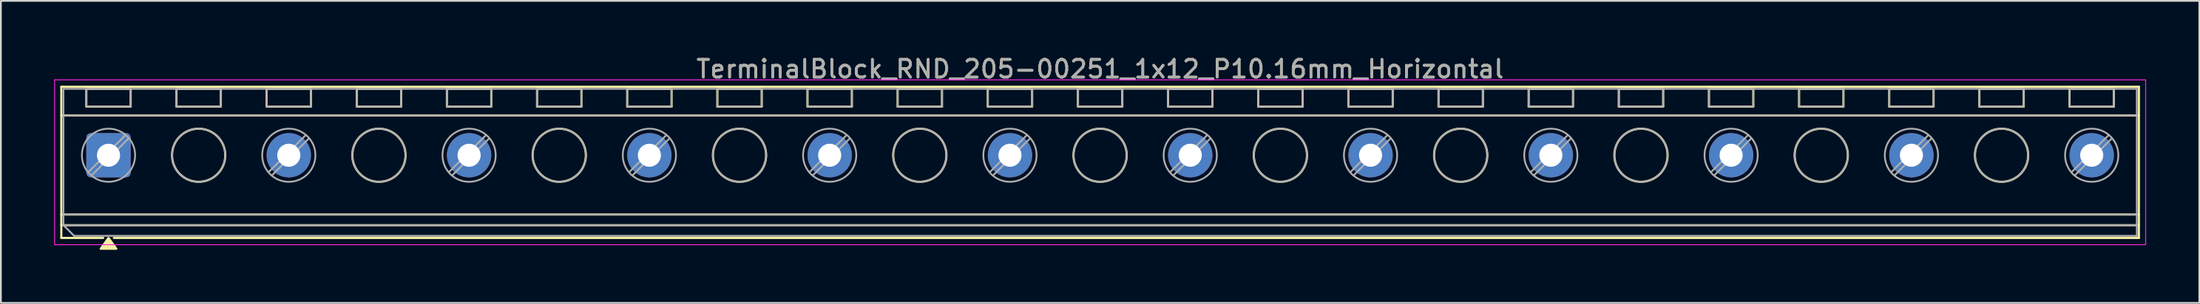
<source format=kicad_pcb>
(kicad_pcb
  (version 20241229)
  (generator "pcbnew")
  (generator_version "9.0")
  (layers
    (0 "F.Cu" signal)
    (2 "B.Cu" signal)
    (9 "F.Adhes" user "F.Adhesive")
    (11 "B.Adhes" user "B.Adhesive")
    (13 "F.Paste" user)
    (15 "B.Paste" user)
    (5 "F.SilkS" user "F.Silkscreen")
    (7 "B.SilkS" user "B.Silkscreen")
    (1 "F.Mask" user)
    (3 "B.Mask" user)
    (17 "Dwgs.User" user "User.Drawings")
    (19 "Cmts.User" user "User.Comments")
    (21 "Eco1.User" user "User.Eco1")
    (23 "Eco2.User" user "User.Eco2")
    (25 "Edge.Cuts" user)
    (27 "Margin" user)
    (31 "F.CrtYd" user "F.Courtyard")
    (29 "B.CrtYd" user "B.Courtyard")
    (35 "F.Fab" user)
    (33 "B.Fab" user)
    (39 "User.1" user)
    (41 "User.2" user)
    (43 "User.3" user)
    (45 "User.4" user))
  (footprint "TerminalBlock_RND_205-00251_1x12_P10.16mm_Horizontal"
    (layer "F.Cu")
    (at 3.065 5.718)
    (property "Reference" "TerminalBlock_RND_205-00251_1x12_P10.16mm_Horizontal" (at 55.88 -4.87 0) (layer "F.SilkS") (effects (font (size 1 1) (thickness 0.15))))
    (attr through_hole)
    (fp_line (start -2.66 -3.87) (end -2.66 4.67) (stroke (width 0.12) (type solid)) (layer "F.SilkS"))
    (fp_line (start -2.66 -3.87) (end 114.42 -3.87) (stroke (width 0.12) (type solid)) (layer "F.SilkS"))
    (fp_line (start -2.66 -2.25) (end 114.42 -2.25) (stroke (width 0.12) (type solid)) (layer "F.SilkS"))
    (fp_line (start -2.66 3.35) (end 114.42 3.35) (stroke (width 0.12) (type solid)) (layer "F.SilkS"))
    (fp_line (start -2.66 3.95) (end 114.42 3.95) (stroke (width 0.12) (type solid)) (layer "F.SilkS"))
    (fp_line (start -2.66 4.67) (end -0.3 4.67) (stroke (width 0.12) (type solid)) (layer "F.SilkS"))
    (fp_line (start -1.25 -3.75) (end -1.25 -2.75) (stroke (width 0.12) (type solid)) (layer "F.SilkS"))
    (fp_line (start -1.25 -3.75) (end 1.25 -3.75) (stroke (width 0.12) (type solid)) (layer "F.SilkS"))
    (fp_line (start -1.25 -2.75) (end 1.25 -2.75) (stroke (width 0.12) (type solid)) (layer "F.SilkS"))
    (fp_line (start 0.3 4.67) (end 114.42 4.67) (stroke (width 0.12) (type solid)) (layer "F.SilkS"))
    (fp_line (start 1.25 -3.75) (end 1.25 -2.75) (stroke (width 0.12) (type solid)) (layer "F.SilkS"))
    (fp_line (start 3.83 -3.75) (end 3.83 -2.75) (stroke (width 0.12) (type solid)) (layer "F.SilkS"))
    (fp_line (start 3.83 -3.75) (end 6.33 -3.75) (stroke (width 0.12) (type solid)) (layer "F.SilkS"))
    (fp_line (start 3.83 -2.75) (end 6.33 -2.75) (stroke (width 0.12) (type solid)) (layer "F.SilkS"))
    (fp_line (start 6.33 -3.75) (end 6.33 -2.75) (stroke (width 0.12) (type solid)) (layer "F.SilkS"))
    (fp_line (start 8.91 -3.75) (end 8.91 -2.75) (stroke (width 0.12) (type solid)) (layer "F.SilkS"))
    (fp_line (start 8.91 -3.75) (end 11.41 -3.75) (stroke (width 0.12) (type solid)) (layer "F.SilkS"))
    (fp_line (start 8.91 -2.75) (end 11.41 -2.75) (stroke (width 0.12) (type solid)) (layer "F.SilkS"))
    (fp_line (start 11.41 -3.75) (end 11.41 -2.75) (stroke (width 0.12) (type solid)) (layer "F.SilkS"))
    (fp_line (start 13.99 -3.75) (end 13.99 -2.75) (stroke (width 0.12) (type solid)) (layer "F.SilkS"))
    (fp_line (start 13.99 -3.75) (end 16.49 -3.75) (stroke (width 0.12) (type solid)) (layer "F.SilkS"))
    (fp_line (start 13.99 -2.75) (end 16.49 -2.75) (stroke (width 0.12) (type solid)) (layer "F.SilkS"))
    (fp_line (start 16.49 -3.75) (end 16.49 -2.75) (stroke (width 0.12) (type solid)) (layer "F.SilkS"))
    (fp_line (start 19.07 -3.75) (end 19.07 -2.75) (stroke (width 0.12) (type solid)) (layer "F.SilkS"))
    (fp_line (start 19.07 -3.75) (end 21.57 -3.75) (stroke (width 0.12) (type solid)) (layer "F.SilkS"))
    (fp_line (start 19.07 -2.75) (end 21.57 -2.75) (stroke (width 0.12) (type solid)) (layer "F.SilkS"))
    (fp_line (start 21.57 -3.75) (end 21.57 -2.75) (stroke (width 0.12) (type solid)) (layer "F.SilkS"))
    (fp_line (start 24.15 -3.75) (end 24.15 -2.75) (stroke (width 0.12) (type solid)) (layer "F.SilkS"))
    (fp_line (start 24.15 -3.75) (end 26.65 -3.75) (stroke (width 0.12) (type solid)) (layer "F.SilkS"))
    (fp_line (start 24.15 -2.75) (end 26.65 -2.75) (stroke (width 0.12) (type solid)) (layer "F.SilkS"))
    (fp_line (start 26.65 -3.75) (end 26.65 -2.75) (stroke (width 0.12) (type solid)) (layer "F.SilkS"))
    (fp_line (start 29.23 -3.75) (end 29.23 -2.75) (stroke (width 0.12) (type solid)) (layer "F.SilkS"))
    (fp_line (start 29.23 -3.75) (end 31.73 -3.75) (stroke (width 0.12) (type solid)) (layer "F.SilkS"))
    (fp_line (start 29.23 -2.75) (end 31.73 -2.75) (stroke (width 0.12) (type solid)) (layer "F.SilkS"))
    (fp_line (start 31.73 -3.75) (end 31.73 -2.75) (stroke (width 0.12) (type solid)) (layer "F.SilkS"))
    (fp_line (start 34.31 -3.75) (end 34.31 -2.75) (stroke (width 0.12) (type solid)) (layer "F.SilkS"))
    (fp_line (start 34.31 -3.75) (end 36.81 -3.75) (stroke (width 0.12) (type solid)) (layer "F.SilkS"))
    (fp_line (start 34.31 -2.75) (end 36.81 -2.75) (stroke (width 0.12) (type solid)) (layer "F.SilkS"))
    (fp_line (start 36.81 -3.75) (end 36.81 -2.75) (stroke (width 0.12) (type solid)) (layer "F.SilkS"))
    (fp_line (start 39.39 -3.75) (end 39.39 -2.75) (stroke (width 0.12) (type solid)) (layer "F.SilkS"))
    (fp_line (start 39.39 -3.75) (end 41.89 -3.75) (stroke (width 0.12) (type solid)) (layer "F.SilkS"))
    (fp_line (start 39.39 -2.75) (end 41.89 -2.75) (stroke (width 0.12) (type solid)) (layer "F.SilkS"))
    (fp_line (start 41.89 -3.75) (end 41.89 -2.75) (stroke (width 0.12) (type solid)) (layer "F.SilkS"))
    (fp_line (start 44.47 -3.75) (end 44.47 -2.75) (stroke (width 0.12) (type solid)) (layer "F.SilkS"))
    (fp_line (start 44.47 -3.75) (end 46.97 -3.75) (stroke (width 0.12) (type solid)) (layer "F.SilkS"))
    (fp_line (start 44.47 -2.75) (end 46.97 -2.75) (stroke (width 0.12) (type solid)) (layer "F.SilkS"))
    (fp_line (start 46.97 -3.75) (end 46.97 -2.75) (stroke (width 0.12) (type solid)) (layer "F.SilkS"))
    (fp_line (start 49.55 -3.75) (end 49.55 -2.75) (stroke (width 0.12) (type solid)) (layer "F.SilkS"))
    (fp_line (start 49.55 -3.75) (end 52.05 -3.75) (stroke (width 0.12) (type solid)) (layer "F.SilkS"))
    (fp_line (start 49.55 -2.75) (end 52.05 -2.75) (stroke (width 0.12) (type solid)) (layer "F.SilkS"))
    (fp_line (start 52.05 -3.75) (end 52.05 -2.75) (stroke (width 0.12) (type solid)) (layer "F.SilkS"))
    (fp_line (start 54.63 -3.75) (end 54.63 -2.75) (stroke (width 0.12) (type solid)) (layer "F.SilkS"))
    (fp_line (start 54.63 -3.75) (end 57.13 -3.75) (stroke (width 0.12) (type solid)) (layer "F.SilkS"))
    (fp_line (start 54.63 -2.75) (end 57.13 -2.75) (stroke (width 0.12) (type solid)) (layer "F.SilkS"))
    (fp_line (start 57.13 -3.75) (end 57.13 -2.75) (stroke (width 0.12) (type solid)) (layer "F.SilkS"))
    (fp_line (start 59.71 -3.75) (end 59.71 -2.75) (stroke (width 0.12) (type solid)) (layer "F.SilkS"))
    (fp_line (start 59.71 -3.75) (end 62.21 -3.75) (stroke (width 0.12) (type solid)) (layer "F.SilkS"))
    (fp_line (start 59.71 -2.75) (end 62.21 -2.75) (stroke (width 0.12) (type solid)) (layer "F.SilkS"))
    (fp_line (start 62.21 -3.75) (end 62.21 -2.75) (stroke (width 0.12) (type solid)) (layer "F.SilkS"))
    (fp_line (start 64.79 -3.75) (end 64.79 -2.75) (stroke (width 0.12) (type solid)) (layer "F.SilkS"))
    (fp_line (start 64.79 -3.75) (end 67.29 -3.75) (stroke (width 0.12) (type solid)) (layer "F.SilkS"))
    (fp_line (start 64.79 -2.75) (end 67.29 -2.75) (stroke (width 0.12) (type solid)) (layer "F.SilkS"))
    (fp_line (start 67.29 -3.75) (end 67.29 -2.75) (stroke (width 0.12) (type solid)) (layer "F.SilkS"))
    (fp_line (start 69.87 -3.75) (end 69.87 -2.75) (stroke (width 0.12) (type solid)) (layer "F.SilkS"))
    (fp_line (start 69.87 -3.75) (end 72.37 -3.75) (stroke (width 0.12) (type solid)) (layer "F.SilkS"))
    (fp_line (start 69.87 -2.75) (end 72.37 -2.75) (stroke (width 0.12) (type solid)) (layer "F.SilkS"))
    (fp_line (start 72.37 -3.75) (end 72.37 -2.75) (stroke (width 0.12) (type solid)) (layer "F.SilkS"))
    (fp_line (start 74.95 -3.75) (end 74.95 -2.75) (stroke (width 0.12) (type solid)) (layer "F.SilkS"))
    (fp_line (start 74.95 -3.75) (end 77.45 -3.75) (stroke (width 0.12) (type solid)) (layer "F.SilkS"))
    (fp_line (start 74.95 -2.75) (end 77.45 -2.75) (stroke (width 0.12) (type solid)) (layer "F.SilkS"))
    (fp_line (start 77.45 -3.75) (end 77.45 -2.75) (stroke (width 0.12) (type solid)) (layer "F.SilkS"))
    (fp_line (start 80.03 -3.75) (end 80.03 -2.75) (stroke (width 0.12) (type solid)) (layer "F.SilkS"))
    (fp_line (start 80.03 -3.75) (end 82.53 -3.75) (stroke (width 0.12) (type solid)) (layer "F.SilkS"))
    (fp_line (start 80.03 -2.75) (end 82.53 -2.75) (stroke (width 0.12) (type solid)) (layer "F.SilkS"))
    (fp_line (start 82.53 -3.75) (end 82.53 -2.75) (stroke (width 0.12) (type solid)) (layer "F.SilkS"))
    (fp_line (start 85.11 -3.75) (end 85.11 -2.75) (stroke (width 0.12) (type solid)) (layer "F.SilkS"))
    (fp_line (start 85.11 -3.75) (end 87.61 -3.75) (stroke (width 0.12) (type solid)) (layer "F.SilkS"))
    (fp_line (start 85.11 -2.75) (end 87.61 -2.75) (stroke (width 0.12) (type solid)) (layer "F.SilkS"))
    (fp_line (start 87.61 -3.75) (end 87.61 -2.75) (stroke (width 0.12) (type solid)) (layer "F.SilkS"))
    (fp_line (start 90.19 -3.75) (end 90.19 -2.75) (stroke (width 0.12) (type solid)) (layer "F.SilkS"))
    (fp_line (start 90.19 -3.75) (end 92.69 -3.75) (stroke (width 0.12) (type solid)) (layer "F.SilkS"))
    (fp_line (start 90.19 -2.75) (end 92.69 -2.75) (stroke (width 0.12) (type solid)) (layer "F.SilkS"))
    (fp_line (start 92.69 -3.75) (end 92.69 -2.75) (stroke (width 0.12) (type solid)) (layer "F.SilkS"))
    (fp_line (start 95.27 -3.75) (end 95.27 -2.75) (stroke (width 0.12) (type solid)) (layer "F.SilkS"))
    (fp_line (start 95.27 -3.75) (end 97.77 -3.75) (stroke (width 0.12) (type solid)) (layer "F.SilkS"))
    (fp_line (start 95.27 -2.75) (end 97.77 -2.75) (stroke (width 0.12) (type solid)) (layer "F.SilkS"))
    (fp_line (start 97.77 -3.75) (end 97.77 -2.75) (stroke (width 0.12) (type solid)) (layer "F.SilkS"))
    (fp_line (start 100.35 -3.75) (end 100.35 -2.75) (stroke (width 0.12) (type solid)) (layer "F.SilkS"))
    (fp_line (start 100.35 -3.75) (end 102.85 -3.75) (stroke (width 0.12) (type solid)) (layer "F.SilkS"))
    (fp_line (start 100.35 -2.75) (end 102.85 -2.75) (stroke (width 0.12) (type solid)) (layer "F.SilkS"))
    (fp_line (start 102.85 -3.75) (end 102.85 -2.75) (stroke (width 0.12) (type solid)) (layer "F.SilkS"))
    (fp_line (start 105.43 -3.75) (end 105.43 -2.75) (stroke (width 0.12) (type solid)) (layer "F.SilkS"))
    (fp_line (start 105.43 -3.75) (end 107.93 -3.75) (stroke (width 0.12) (type solid)) (layer "F.SilkS"))
    (fp_line (start 105.43 -2.75) (end 107.93 -2.75) (stroke (width 0.12) (type solid)) (layer "F.SilkS"))
    (fp_line (start 107.93 -3.75) (end 107.93 -2.75) (stroke (width 0.12) (type solid)) (layer "F.SilkS"))
    (fp_line (start 110.51 -3.75) (end 110.51 -2.75) (stroke (width 0.12) (type solid)) (layer "F.SilkS"))
    (fp_line (start 110.51 -3.75) (end 113.01 -3.75) (stroke (width 0.12) (type solid)) (layer "F.SilkS"))
    (fp_line (start 110.51 -2.75) (end 113.01 -2.75) (stroke (width 0.12) (type solid)) (layer "F.SilkS"))
    (fp_line (start 113.01 -3.75) (end 113.01 -2.75) (stroke (width 0.12) (type solid)) (layer "F.SilkS"))
    (fp_line (start 114.42 -3.87) (end 114.42 4.67) (stroke (width 0.12) (type solid)) (layer "F.SilkS"))
    (fp_circle (center 5.08 0) (end 6.58 0) (stroke (width 0.12) (type solid)) (fill no) (layer "F.SilkS"))
    (fp_circle (center 15.24 0) (end 16.74 0) (stroke (width 0.12) (type solid)) (fill no) (layer "F.SilkS"))
    (fp_circle (center 25.4 0) (end 26.9 0) (stroke (width 0.12) (type solid)) (fill no) (layer "F.SilkS"))
    (fp_circle (center 35.56 0) (end 37.06 0) (stroke (width 0.12) (type solid)) (fill no) (layer "F.SilkS"))
    (fp_circle (center 45.72 0) (end 47.22 0) (stroke (width 0.12) (type solid)) (fill no) (layer "F.SilkS"))
    (fp_circle (center 55.88 0) (end 57.38 0) (stroke (width 0.12) (type solid)) (fill no) (layer "F.SilkS"))
    (fp_circle (center 66.04 0) (end 67.54 0) (stroke (width 0.12) (type solid)) (fill no) (layer "F.SilkS"))
    (fp_circle (center 76.2 0) (end 77.7 0) (stroke (width 0.12) (type solid)) (fill no) (layer "F.SilkS"))
    (fp_circle (center 86.36 0) (end 87.86 0) (stroke (width 0.12) (type solid)) (fill no) (layer "F.SilkS"))
    (fp_circle (center 96.52 0) (end 98.02 0) (stroke (width 0.12) (type solid)) (fill no) (layer "F.SilkS"))
    (fp_circle (center 106.68 0) (end 108.18 0) (stroke (width 0.12) (type solid)) (fill no) (layer "F.SilkS"))
    (fp_poly (pts (xy 0 4.67) (xy 0.44 5.28) (xy -0.44 5.28)) (stroke (width 0.12) (type solid)) (fill yes) (layer "F.SilkS"))
    (fp_line (start -3.04 -4.26) (end -3.04 5.05) (stroke (width 0.05) (type solid)) (layer "F.CrtYd"))
    (fp_line (start -3.04 5.05) (end 114.8 5.05) (stroke (width 0.05) (type solid)) (layer "F.CrtYd"))
    (fp_line (start 114.8 -4.26) (end -3.04 -4.26) (stroke (width 0.05) (type solid)) (layer "F.CrtYd"))
    (fp_line (start 114.8 5.05) (end 114.8 -4.26) (stroke (width 0.05) (type solid)) (layer "F.CrtYd"))
    (fp_line (start -2.54 -3.75) (end 114.3 -3.75) (stroke (width 0.1) (type solid)) (layer "F.Fab"))
    (fp_line (start -2.54 -2.25) (end 114.3 -2.25) (stroke (width 0.1) (type solid)) (layer "F.Fab"))
    (fp_line (start -2.54 3.35) (end 114.3 3.35) (stroke (width 0.1) (type solid)) (layer "F.Fab"))
    (fp_line (start -2.54 3.95) (end -2.54 -3.75) (stroke (width 0.1) (type solid)) (layer "F.Fab"))
    (fp_line (start -2.54 3.95) (end 114.3 3.95) (stroke (width 0.1) (type solid)) (layer "F.Fab"))
    (fp_line (start -1.94 4.55) (end -2.54 3.95) (stroke (width 0.1) (type solid)) (layer "F.Fab"))
    (fp_line (start -1.25 -3.75) (end -1.25 -2.75) (stroke (width 0.1) (type solid)) (layer "F.Fab"))
    (fp_line (start -1.25 -2.75) (end 1.25 -2.75) (stroke (width 0.1) (type solid)) (layer "F.Fab"))
    (fp_line (start 0.955 -1.138) (end -1.138 0.955) (stroke (width 0.1) (type solid)) (layer "F.Fab"))
    (fp_line (start 1.138 -0.955) (end -0.955 1.138) (stroke (width 0.1) (type solid)) (layer "F.Fab"))
    (fp_line (start 1.25 -3.75) (end -1.25 -3.75) (stroke (width 0.1) (type solid)) (layer "F.Fab"))
    (fp_line (start 1.25 -2.75) (end 1.25 -3.75) (stroke (width 0.1) (type solid)) (layer "F.Fab"))
    (fp_line (start 3.83 -3.75) (end 3.83 -2.75) (stroke (width 0.1) (type solid)) (layer "F.Fab"))
    (fp_line (start 3.83 -2.75) (end 6.33 -2.75) (stroke (width 0.1) (type solid)) (layer "F.Fab"))
    (fp_line (start 6.33 -3.75) (end 3.83 -3.75) (stroke (width 0.1) (type solid)) (layer "F.Fab"))
    (fp_line (start 6.33 -2.75) (end 6.33 -3.75) (stroke (width 0.1) (type solid)) (layer "F.Fab"))
    (fp_line (start 8.91 -3.75) (end 8.91 -2.75) (stroke (width 0.1) (type solid)) (layer "F.Fab"))
    (fp_line (start 8.91 -2.75) (end 11.41 -2.75) (stroke (width 0.1) (type solid)) (layer "F.Fab"))
    (fp_line (start 11.115 -1.138) (end 9.022 0.955) (stroke (width 0.1) (type solid)) (layer "F.Fab"))
    (fp_line (start 11.298 -0.955) (end 9.205 1.138) (stroke (width 0.1) (type solid)) (layer "F.Fab"))
    (fp_line (start 11.41 -3.75) (end 8.91 -3.75) (stroke (width 0.1) (type solid)) (layer "F.Fab"))
    (fp_line (start 11.41 -2.75) (end 11.41 -3.75) (stroke (width 0.1) (type solid)) (layer "F.Fab"))
    (fp_line (start 13.99 -3.75) (end 13.99 -2.75) (stroke (width 0.1) (type solid)) (layer "F.Fab"))
    (fp_line (start 13.99 -2.75) (end 16.49 -2.75) (stroke (width 0.1) (type solid)) (layer "F.Fab"))
    (fp_line (start 16.49 -3.75) (end 13.99 -3.75) (stroke (width 0.1) (type solid)) (layer "F.Fab"))
    (fp_line (start 16.49 -2.75) (end 16.49 -3.75) (stroke (width 0.1) (type solid)) (layer "F.Fab"))
    (fp_line (start 19.07 -3.75) (end 19.07 -2.75) (stroke (width 0.1) (type solid)) (layer "F.Fab"))
    (fp_line (start 19.07 -2.75) (end 21.57 -2.75) (stroke (width 0.1) (type solid)) (layer "F.Fab"))
    (fp_line (start 21.275 -1.138) (end 19.182 0.955) (stroke (width 0.1) (type solid)) (layer "F.Fab"))
    (fp_line (start 21.458 -0.955) (end 19.365 1.138) (stroke (width 0.1) (type solid)) (layer "F.Fab"))
    (fp_line (start 21.57 -3.75) (end 19.07 -3.75) (stroke (width 0.1) (type solid)) (layer "F.Fab"))
    (fp_line (start 21.57 -2.75) (end 21.57 -3.75) (stroke (width 0.1) (type solid)) (layer "F.Fab"))
    (fp_line (start 24.15 -3.75) (end 24.15 -2.75) (stroke (width 0.1) (type solid)) (layer "F.Fab"))
    (fp_line (start 24.15 -2.75) (end 26.65 -2.75) (stroke (width 0.1) (type solid)) (layer "F.Fab"))
    (fp_line (start 26.65 -3.75) (end 24.15 -3.75) (stroke (width 0.1) (type solid)) (layer "F.Fab"))
    (fp_line (start 26.65 -2.75) (end 26.65 -3.75) (stroke (width 0.1) (type solid)) (layer "F.Fab"))
    (fp_line (start 29.23 -3.75) (end 29.23 -2.75) (stroke (width 0.1) (type solid)) (layer "F.Fab"))
    (fp_line (start 29.23 -2.75) (end 31.73 -2.75) (stroke (width 0.1) (type solid)) (layer "F.Fab"))
    (fp_line (start 31.435 -1.138) (end 29.342 0.955) (stroke (width 0.1) (type solid)) (layer "F.Fab"))
    (fp_line (start 31.618 -0.955) (end 29.525 1.138) (stroke (width 0.1) (type solid)) (layer "F.Fab"))
    (fp_line (start 31.73 -3.75) (end 29.23 -3.75) (stroke (width 0.1) (type solid)) (layer "F.Fab"))
    (fp_line (start 31.73 -2.75) (end 31.73 -3.75) (stroke (width 0.1) (type solid)) (layer "F.Fab"))
    (fp_line (start 34.31 -3.75) (end 34.31 -2.75) (stroke (width 0.1) (type solid)) (layer "F.Fab"))
    (fp_line (start 34.31 -2.75) (end 36.81 -2.75) (stroke (width 0.1) (type solid)) (layer "F.Fab"))
    (fp_line (start 36.81 -3.75) (end 34.31 -3.75) (stroke (width 0.1) (type solid)) (layer "F.Fab"))
    (fp_line (start 36.81 -2.75) (end 36.81 -3.75) (stroke (width 0.1) (type solid)) (layer "F.Fab"))
    (fp_line (start 39.39 -3.75) (end 39.39 -2.75) (stroke (width 0.1) (type solid)) (layer "F.Fab"))
    (fp_line (start 39.39 -2.75) (end 41.89 -2.75) (stroke (width 0.1) (type solid)) (layer "F.Fab"))
    (fp_line (start 41.595 -1.138) (end 39.502 0.955) (stroke (width 0.1) (type solid)) (layer "F.Fab"))
    (fp_line (start 41.778 -0.955) (end 39.685 1.138) (stroke (width 0.1) (type solid)) (layer "F.Fab"))
    (fp_line (start 41.89 -3.75) (end 39.39 -3.75) (stroke (width 0.1) (type solid)) (layer "F.Fab"))
    (fp_line (start 41.89 -2.75) (end 41.89 -3.75) (stroke (width 0.1) (type solid)) (layer "F.Fab"))
    (fp_line (start 44.47 -3.75) (end 44.47 -2.75) (stroke (width 0.1) (type solid)) (layer "F.Fab"))
    (fp_line (start 44.47 -2.75) (end 46.97 -2.75) (stroke (width 0.1) (type solid)) (layer "F.Fab"))
    (fp_line (start 46.97 -3.75) (end 44.47 -3.75) (stroke (width 0.1) (type solid)) (layer "F.Fab"))
    (fp_line (start 46.97 -2.75) (end 46.97 -3.75) (stroke (width 0.1) (type solid)) (layer "F.Fab"))
    (fp_line (start 49.55 -3.75) (end 49.55 -2.75) (stroke (width 0.1) (type solid)) (layer "F.Fab"))
    (fp_line (start 49.55 -2.75) (end 52.05 -2.75) (stroke (width 0.1) (type solid)) (layer "F.Fab"))
    (fp_line (start 51.755 -1.138) (end 49.662 0.955) (stroke (width 0.1) (type solid)) (layer "F.Fab"))
    (fp_line (start 51.938 -0.955) (end 49.845 1.138) (stroke (width 0.1) (type solid)) (layer "F.Fab"))
    (fp_line (start 52.05 -3.75) (end 49.55 -3.75) (stroke (width 0.1) (type solid)) (layer "F.Fab"))
    (fp_line (start 52.05 -2.75) (end 52.05 -3.75) (stroke (width 0.1) (type solid)) (layer "F.Fab"))
    (fp_line (start 54.63 -3.75) (end 54.63 -2.75) (stroke (width 0.1) (type solid)) (layer "F.Fab"))
    (fp_line (start 54.63 -2.75) (end 57.13 -2.75) (stroke (width 0.1) (type solid)) (layer "F.Fab"))
    (fp_line (start 57.13 -3.75) (end 54.63 -3.75) (stroke (width 0.1) (type solid)) (layer "F.Fab"))
    (fp_line (start 57.13 -2.75) (end 57.13 -3.75) (stroke (width 0.1) (type solid)) (layer "F.Fab"))
    (fp_line (start 59.71 -3.75) (end 59.71 -2.75) (stroke (width 0.1) (type solid)) (layer "F.Fab"))
    (fp_line (start 59.71 -2.75) (end 62.21 -2.75) (stroke (width 0.1) (type solid)) (layer "F.Fab"))
    (fp_line (start 61.915 -1.138) (end 59.822 0.955) (stroke (width 0.1) (type solid)) (layer "F.Fab"))
    (fp_line (start 62.098 -0.955) (end 60.005 1.138) (stroke (width 0.1) (type solid)) (layer "F.Fab"))
    (fp_line (start 62.21 -3.75) (end 59.71 -3.75) (stroke (width 0.1) (type solid)) (layer "F.Fab"))
    (fp_line (start 62.21 -2.75) (end 62.21 -3.75) (stroke (width 0.1) (type solid)) (layer "F.Fab"))
    (fp_line (start 64.79 -3.75) (end 64.79 -2.75) (stroke (width 0.1) (type solid)) (layer "F.Fab"))
    (fp_line (start 64.79 -2.75) (end 67.29 -2.75) (stroke (width 0.1) (type solid)) (layer "F.Fab"))
    (fp_line (start 67.29 -3.75) (end 64.79 -3.75) (stroke (width 0.1) (type solid)) (layer "F.Fab"))
    (fp_line (start 67.29 -2.75) (end 67.29 -3.75) (stroke (width 0.1) (type solid)) (layer "F.Fab"))
    (fp_line (start 69.87 -3.75) (end 69.87 -2.75) (stroke (width 0.1) (type solid)) (layer "F.Fab"))
    (fp_line (start 69.87 -2.75) (end 72.37 -2.75) (stroke (width 0.1) (type solid)) (layer "F.Fab"))
    (fp_line (start 72.075 -1.138) (end 69.982 0.955) (stroke (width 0.1) (type solid)) (layer "F.Fab"))
    (fp_line (start 72.258 -0.955) (end 70.165 1.138) (stroke (width 0.1) (type solid)) (layer "F.Fab"))
    (fp_line (start 72.37 -3.75) (end 69.87 -3.75) (stroke (width 0.1) (type solid)) (layer "F.Fab"))
    (fp_line (start 72.37 -2.75) (end 72.37 -3.75) (stroke (width 0.1) (type solid)) (layer "F.Fab"))
    (fp_line (start 74.95 -3.75) (end 74.95 -2.75) (stroke (width 0.1) (type solid)) (layer "F.Fab"))
    (fp_line (start 74.95 -2.75) (end 77.45 -2.75) (stroke (width 0.1) (type solid)) (layer "F.Fab"))
    (fp_line (start 77.45 -3.75) (end 74.95 -3.75) (stroke (width 0.1) (type solid)) (layer "F.Fab"))
    (fp_line (start 77.45 -2.75) (end 77.45 -3.75) (stroke (width 0.1) (type solid)) (layer "F.Fab"))
    (fp_line (start 80.03 -3.75) (end 80.03 -2.75) (stroke (width 0.1) (type solid)) (layer "F.Fab"))
    (fp_line (start 80.03 -2.75) (end 82.53 -2.75) (stroke (width 0.1) (type solid)) (layer "F.Fab"))
    (fp_line (start 82.235 -1.138) (end 80.142 0.955) (stroke (width 0.1) (type solid)) (layer "F.Fab"))
    (fp_line (start 82.418 -0.955) (end 80.325 1.138) (stroke (width 0.1) (type solid)) (layer "F.Fab"))
    (fp_line (start 82.53 -3.75) (end 80.03 -3.75) (stroke (width 0.1) (type solid)) (layer "F.Fab"))
    (fp_line (start 82.53 -2.75) (end 82.53 -3.75) (stroke (width 0.1) (type solid)) (layer "F.Fab"))
    (fp_line (start 85.11 -3.75) (end 85.11 -2.75) (stroke (width 0.1) (type solid)) (layer "F.Fab"))
    (fp_line (start 85.11 -2.75) (end 87.61 -2.75) (stroke (width 0.1) (type solid)) (layer "F.Fab"))
    (fp_line (start 87.61 -3.75) (end 85.11 -3.75) (stroke (width 0.1) (type solid)) (layer "F.Fab"))
    (fp_line (start 87.61 -2.75) (end 87.61 -3.75) (stroke (width 0.1) (type solid)) (layer "F.Fab"))
    (fp_line (start 90.19 -3.75) (end 90.19 -2.75) (stroke (width 0.1) (type solid)) (layer "F.Fab"))
    (fp_line (start 90.19 -2.75) (end 92.69 -2.75) (stroke (width 0.1) (type solid)) (layer "F.Fab"))
    (fp_line (start 92.395 -1.138) (end 90.302 0.955) (stroke (width 0.1) (type solid)) (layer "F.Fab"))
    (fp_line (start 92.578 -0.955) (end 90.485 1.138) (stroke (width 0.1) (type solid)) (layer "F.Fab"))
    (fp_line (start 92.69 -3.75) (end 90.19 -3.75) (stroke (width 0.1) (type solid)) (layer "F.Fab"))
    (fp_line (start 92.69 -2.75) (end 92.69 -3.75) (stroke (width 0.1) (type solid)) (layer "F.Fab"))
    (fp_line (start 95.27 -3.75) (end 95.27 -2.75) (stroke (width 0.1) (type solid)) (layer "F.Fab"))
    (fp_line (start 95.27 -2.75) (end 97.77 -2.75) (stroke (width 0.1) (type solid)) (layer "F.Fab"))
    (fp_line (start 97.77 -3.75) (end 95.27 -3.75) (stroke (width 0.1) (type solid)) (layer "F.Fab"))
    (fp_line (start 97.77 -2.75) (end 97.77 -3.75) (stroke (width 0.1) (type solid)) (layer "F.Fab"))
    (fp_line (start 100.35 -3.75) (end 100.35 -2.75) (stroke (width 0.1) (type solid)) (layer "F.Fab"))
    (fp_line (start 100.35 -2.75) (end 102.85 -2.75) (stroke (width 0.1) (type solid)) (layer "F.Fab"))
    (fp_line (start 102.555 -1.138) (end 100.462 0.955) (stroke (width 0.1) (type solid)) (layer "F.Fab"))
    (fp_line (start 102.738 -0.955) (end 100.645 1.138) (stroke (width 0.1) (type solid)) (layer "F.Fab"))
    (fp_line (start 102.85 -3.75) (end 100.35 -3.75) (stroke (width 0.1) (type solid)) (layer "F.Fab"))
    (fp_line (start 102.85 -2.75) (end 102.85 -3.75) (stroke (width 0.1) (type solid)) (layer "F.Fab"))
    (fp_line (start 105.43 -3.75) (end 105.43 -2.75) (stroke (width 0.1) (type solid)) (layer "F.Fab"))
    (fp_line (start 105.43 -2.75) (end 107.93 -2.75) (stroke (width 0.1) (type solid)) (layer "F.Fab"))
    (fp_line (start 107.93 -3.75) (end 105.43 -3.75) (stroke (width 0.1) (type solid)) (layer "F.Fab"))
    (fp_line (start 107.93 -2.75) (end 107.93 -3.75) (stroke (width 0.1) (type solid)) (layer "F.Fab"))
    (fp_line (start 110.51 -3.75) (end 110.51 -2.75) (stroke (width 0.1) (type solid)) (layer "F.Fab"))
    (fp_line (start 110.51 -2.75) (end 113.01 -2.75) (stroke (width 0.1) (type solid)) (layer "F.Fab"))
    (fp_line (start 112.715 -1.138) (end 110.622 0.955) (stroke (width 0.1) (type solid)) (layer "F.Fab"))
    (fp_line (start 112.898 -0.955) (end 110.805 1.138) (stroke (width 0.1) (type solid)) (layer "F.Fab"))
    (fp_line (start 113.01 -3.75) (end 110.51 -3.75) (stroke (width 0.1) (type solid)) (layer "F.Fab"))
    (fp_line (start 113.01 -2.75) (end 113.01 -3.75) (stroke (width 0.1) (type solid)) (layer "F.Fab"))
    (fp_line (start 114.3 -3.75) (end 114.3 4.55) (stroke (width 0.1) (type solid)) (layer "F.Fab"))
    (fp_line (start 114.3 4.55) (end -1.94 4.55) (stroke (width 0.1) (type solid)) (layer "F.Fab"))
    (fp_circle (center 0 0) (end 1.5 0) (stroke (width 0.1) (type solid)) (fill no) (layer "F.Fab"))
    (fp_circle (center 5.08 0) (end 6.58 0) (stroke (width 0.1) (type solid)) (fill no) (layer "F.Fab"))
    (fp_circle (center 10.16 0) (end 11.66 0) (stroke (width 0.1) (type solid)) (fill no) (layer "F.Fab"))
    (fp_circle (center 15.24 0) (end 16.74 0) (stroke (width 0.1) (type solid)) (fill no) (layer "F.Fab"))
    (fp_circle (center 20.32 0) (end 21.82 0) (stroke (width 0.1) (type solid)) (fill no) (layer "F.Fab"))
    (fp_circle (center 25.4 0) (end 26.9 0) (stroke (width 0.1) (type solid)) (fill no) (layer "F.Fab"))
    (fp_circle (center 30.48 0) (end 31.98 0) (stroke (width 0.1) (type solid)) (fill no) (layer "F.Fab"))
    (fp_circle (center 35.56 0) (end 37.06 0) (stroke (width 0.1) (type solid)) (fill no) (layer "F.Fab"))
    (fp_circle (center 40.64 0) (end 42.14 0) (stroke (width 0.1) (type solid)) (fill no) (layer "F.Fab"))
    (fp_circle (center 45.72 0) (end 47.22 0) (stroke (width 0.1) (type solid)) (fill no) (layer "F.Fab"))
    (fp_circle (center 50.8 0) (end 52.3 0) (stroke (width 0.1) (type solid)) (fill no) (layer "F.Fab"))
    (fp_circle (center 55.88 0) (end 57.38 0) (stroke (width 0.1) (type solid)) (fill no) (layer "F.Fab"))
    (fp_circle (center 60.96 0) (end 62.46 0) (stroke (width 0.1) (type solid)) (fill no) (layer "F.Fab"))
    (fp_circle (center 66.04 0) (end 67.54 0) (stroke (width 0.1) (type solid)) (fill no) (layer "F.Fab"))
    (fp_circle (center 71.12 0) (end 72.62 0) (stroke (width 0.1) (type solid)) (fill no) (layer "F.Fab"))
    (fp_circle (center 76.2 0) (end 77.7 0) (stroke (width 0.1) (type solid)) (fill no) (layer "F.Fab"))
    (fp_circle (center 81.28 0) (end 82.78 0) (stroke (width 0.1) (type solid)) (fill no) (layer "F.Fab"))
    (fp_circle (center 86.36 0) (end 87.86 0) (stroke (width 0.1) (type solid)) (fill no) (layer "F.Fab"))
    (fp_circle (center 91.44 0) (end 92.94 0) (stroke (width 0.1) (type solid)) (fill no) (layer "F.Fab"))
    (fp_circle (center 96.52 0) (end 98.02 0) (stroke (width 0.1) (type solid)) (fill no) (layer "F.Fab"))
    (fp_circle (center 101.6 0) (end 103.1 0) (stroke (width 0.1) (type solid)) (fill no) (layer "F.Fab"))
    (fp_circle (center 106.68 0) (end 108.18 0) (stroke (width 0.1) (type solid)) (fill no) (layer "F.Fab"))
    (fp_circle (center 111.76 0) (end 113.26 0) (stroke (width 0.1) (type solid)) (fill no) (layer "F.Fab"))
    (fp_text user "${REFERENCE}" (at 55.88 -4.87 0) (layer "F.Fab") (effects (font (size 1 1) (thickness 0.15))))
    (pad "1" thru_hole roundrect (at 0 0) (size 2.5 2.5) (drill 1.3) (layers "*.Cu" "*.Mask") (roundrect_rratio 0.1))
    (pad "2" thru_hole circle (at 10.16 0) (size 2.5 2.5) (drill 1.3) (layers "*.Cu" "*.Mask"))
    (pad "3" thru_hole circle (at 20.32 0) (size 2.5 2.5) (drill 1.3) (layers "*.Cu" "*.Mask"))
    (pad "4" thru_hole circle (at 30.48 0) (size 2.5 2.5) (drill 1.3) (layers "*.Cu" "*.Mask"))
    (pad "5" thru_hole circle (at 40.64 0) (size 2.5 2.5) (drill 1.3) (layers "*.Cu" "*.Mask"))
    (pad "6" thru_hole circle (at 50.8 0) (size 2.5 2.5) (drill 1.3) (layers "*.Cu" "*.Mask"))
    (pad "7" thru_hole circle (at 60.96 0) (size 2.5 2.5) (drill 1.3) (layers "*.Cu" "*.Mask"))
    (pad "8" thru_hole circle (at 71.12 0) (size 2.5 2.5) (drill 1.3) (layers "*.Cu" "*.Mask"))
    (pad "9" thru_hole circle (at 81.28 0) (size 2.5 2.5) (drill 1.3) (layers "*.Cu" "*.Mask"))
    (pad "10" thru_hole circle (at 91.44 0) (size 2.5 2.5) (drill 1.3) (layers "*.Cu" "*.Mask"))
    (pad "11" thru_hole circle (at 101.6 0) (size 2.5 2.5) (drill 1.3) (layers "*.Cu" "*.Mask"))
    (pad "12" thru_hole circle (at 111.76 0) (size 2.5 2.5) (drill 1.3) (layers "*.Cu" "*.Mask")))
  (gr_rect
    (start -3 -3)
    (end 120.89 14.058)
    (stroke (width 0.1) (type default))
    (fill no)
    (layer "Edge.Cuts")))
</source>
